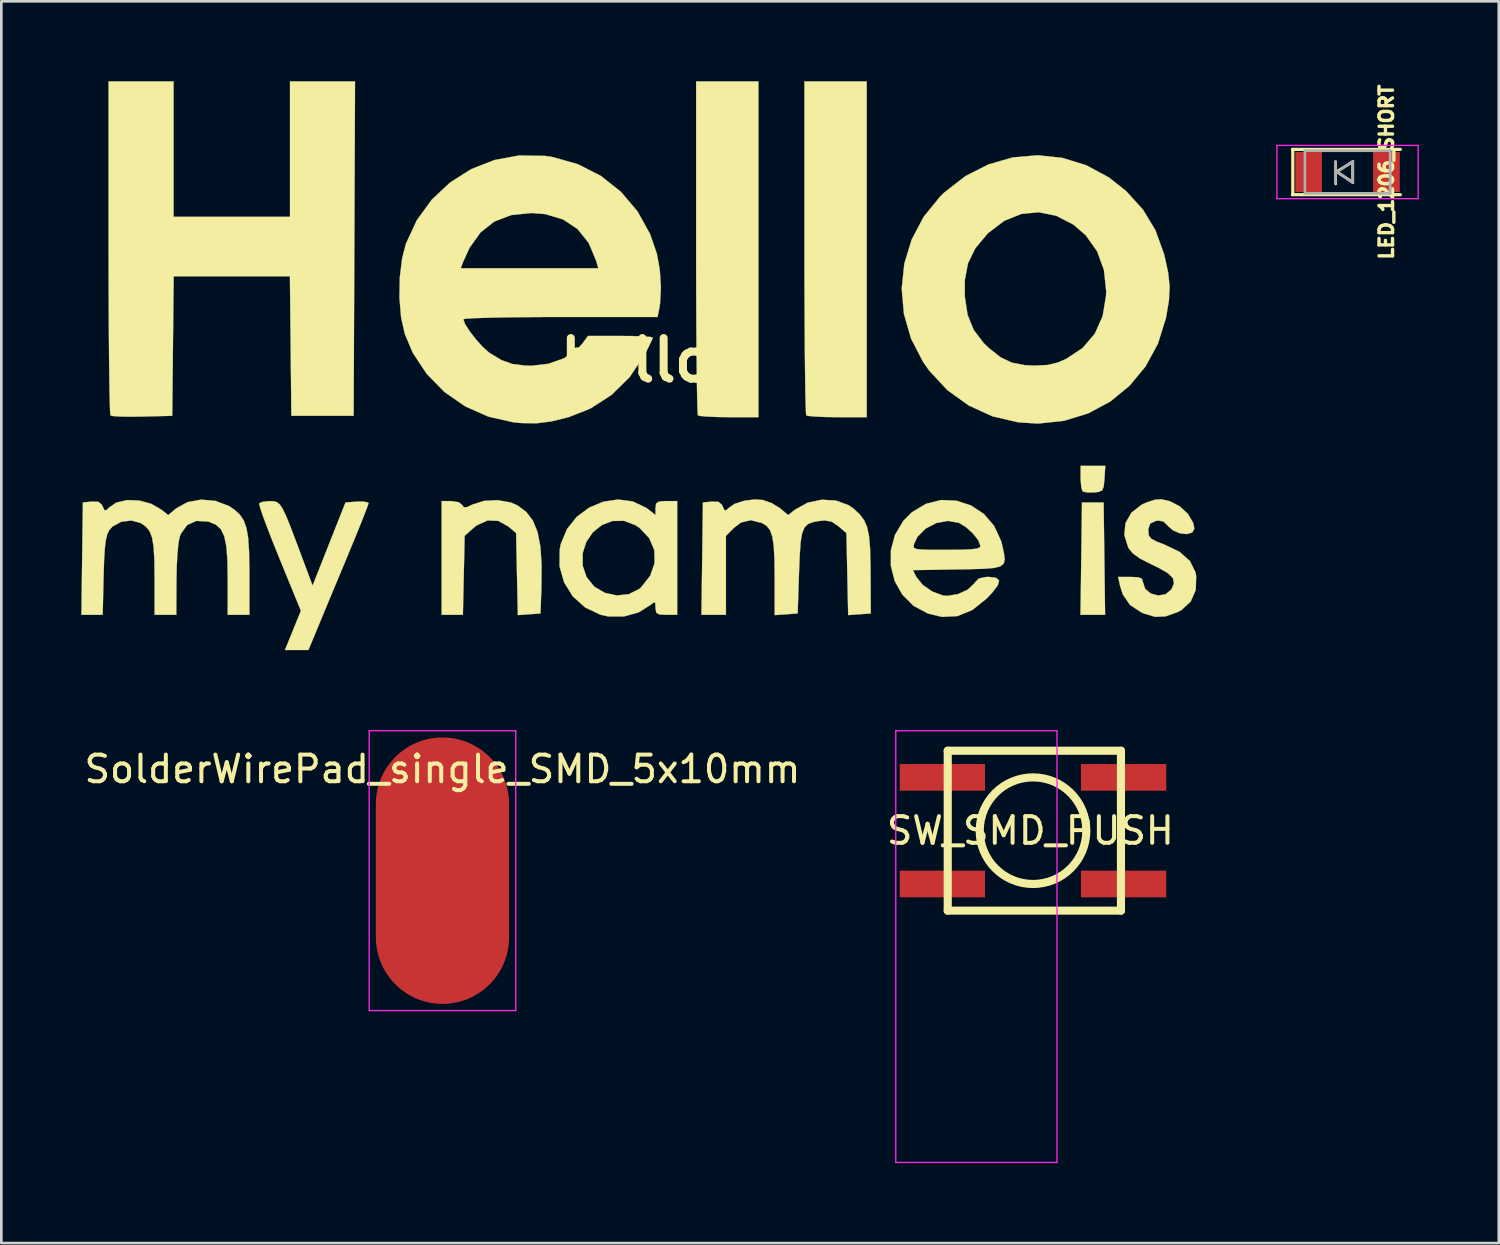
<source format=kicad_pcb>
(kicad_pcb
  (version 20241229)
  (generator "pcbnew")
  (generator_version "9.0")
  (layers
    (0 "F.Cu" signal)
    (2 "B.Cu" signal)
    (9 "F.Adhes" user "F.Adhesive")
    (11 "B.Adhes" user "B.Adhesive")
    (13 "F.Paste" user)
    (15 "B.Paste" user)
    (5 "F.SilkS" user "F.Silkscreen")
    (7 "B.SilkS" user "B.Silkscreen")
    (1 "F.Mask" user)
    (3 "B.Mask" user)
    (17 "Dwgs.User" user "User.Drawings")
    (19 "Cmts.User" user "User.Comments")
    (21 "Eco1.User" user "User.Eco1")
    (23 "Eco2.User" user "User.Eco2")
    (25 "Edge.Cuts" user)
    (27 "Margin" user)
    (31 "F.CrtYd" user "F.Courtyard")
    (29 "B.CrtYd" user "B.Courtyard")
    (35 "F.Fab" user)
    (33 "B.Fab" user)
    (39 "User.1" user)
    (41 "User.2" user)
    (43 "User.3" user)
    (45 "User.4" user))
  (footprint "SolderWirePad_single_SMD_5x10mm"
    (layer "F.Cu")
    (at 13.554 29.621)
    (property "Reference" "SolderWirePad_single_SMD_5x10mm" (at 0 -3.81 0) (layer "F.SilkS") (effects (font (size 1 1) (thickness 0.15))))
    (attr smd)
    (fp_line (start -2.75 -5.25) (end -2.75 5.25) (stroke (width 0.05) (type solid)) (layer "F.CrtYd"))
    (fp_line (start -2.75 5.25) (end 2.75 5.25) (stroke (width 0.05) (type solid)) (layer "F.CrtYd"))
    (fp_line (start 2.75 -5.25) (end -2.75 -5.25) (stroke (width 0.05) (type solid)) (layer "F.CrtYd"))
    (fp_line (start 2.75 5.25) (end 2.75 -5.25) (stroke (width 0.05) (type solid)) (layer "F.CrtYd"))
    (pad "1" smd oval (at 0 0) (size 5 10) (layers "F.Cu" "F.Mask" "F.Paste")))
  (footprint "LED_1206_SHORT"
    (layer "F.Cu")
    (at 47.516 3.405)
    (property "Reference" "LED_1206_SHORT" (at 1.46 0 90) (layer "F.SilkS") (effects (font (size 0.508 0.508) (thickness 0.127))))
    (attr smd)
    (fp_line (start -2.069 -0.85) (end 1.981 -0.85) (stroke (width 0.12) (type solid)) (layer "F.SilkS"))
    (fp_line (start -2.069 0.85) (end 1.981 0.85) (stroke (width 0.12) (type solid)) (layer "F.SilkS"))
    (fp_line (start -2.055 -0.85) (end -2.055 0.85) (stroke (width 0.12) (type solid)) (layer "F.SilkS"))
    (fp_line (start -0.445 -0.381) (end -0.445 0.445) (stroke (width 0.1) (type solid)) (layer "F.SilkS"))
    (fp_line (start -0.445 0) (end 0.191 -0.381) (stroke (width 0.1) (type solid)) (layer "F.SilkS"))
    (fp_line (start 0.191 -0.381) (end 0.191 0.381) (stroke (width 0.1) (type solid)) (layer "F.SilkS"))
    (fp_line (start 0.191 0.381) (end -0.381 0) (stroke (width 0.1) (type solid)) (layer "F.SilkS"))
    (fp_line (start -2.65 -1) (end 2.65 -1) (stroke (width 0.05) (type solid)) (layer "F.CrtYd"))
    (fp_line (start -2.65 1) (end -2.65 -1) (stroke (width 0.05) (type solid)) (layer "F.CrtYd"))
    (fp_line (start 2.65 -1) (end 2.65 1) (stroke (width 0.05) (type solid)) (layer "F.CrtYd"))
    (fp_line (start 2.65 1) (end -2.65 1) (stroke (width 0.05) (type solid)) (layer "F.CrtYd"))
    (fp_line (start -1.6 -0.8) (end 1.6 -0.8) (stroke (width 0.1) (type solid)) (layer "F.Fab"))
    (fp_line (start -1.6 0.8) (end -1.6 -0.8) (stroke (width 0.1) (type solid)) (layer "F.Fab"))
    (fp_line (start -0.45 -0.4) (end -0.45 0.4) (stroke (width 0.1) (type solid)) (layer "F.Fab"))
    (fp_line (start -0.4 0) (end 0.2 -0.4) (stroke (width 0.1) (type solid)) (layer "F.Fab"))
    (fp_line (start 0.2 -0.4) (end 0.2 0.4) (stroke (width 0.1) (type solid)) (layer "F.Fab"))
    (fp_line (start 0.2 0.4) (end -0.4 0) (stroke (width 0.1) (type solid)) (layer "F.Fab"))
    (fp_line (start 1.6 -0.8) (end 1.6 0.8) (stroke (width 0.1) (type solid)) (layer "F.Fab"))
    (fp_line (start 1.6 0.8) (end -1.6 0.8) (stroke (width 0.1) (type solid)) (layer "F.Fab"))
    (pad "1" smd rect (at -1.46 0 180) (size 1 1.5) (layers "F.Cu" "F.Mask" "F.Paste"))
    (pad "2" smd rect (at 1.46 0 180) (size 1 1.5) (layers "F.Cu" "F.Mask" "F.Paste")))
  (footprint "hello"
    (layer "F.Cu")
    (at 20.837 10.47)
    (property "Reference" "hello" (at 0 0 0) (layer "F.SilkS") (effects (font (size 1.524 1.524) (thickness 0.3))))
    (attr through_hole)
    (fp_poly (pts (xy 17.581 9.55) (xy 16.658 9.55) (xy 16.686 7.442) (xy 16.713 5.334) (xy 17.526 5.334) (xy 17.581 9.55)) (stroke (width 0.01) (type solid)) (fill yes) (layer "F.SilkS"))
    (fp_poly (pts (xy 17.557 4.445) (xy 17.53 4.737) (xy 17.469 4.883) (xy 17.331 4.94) (xy 17.167 4.958) (xy 16.908 4.959) (xy 16.745 4.923) (xy 16.735 4.916) (xy 16.69 4.777) (xy 16.665 4.516) (xy 16.662 4.403) (xy 16.662 3.962) (xy 17.588 3.962) (xy 17.557 4.445)) (stroke (width 0.01) (type solid)) (fill yes) (layer "F.SilkS"))
    (fp_poly (pts (xy 4.572 2.134) (xy 3.471 2.134) (xy 3.017 2.128) (xy 2.641 2.112) (xy 2.387 2.088) (xy 2.303 2.066) (xy 2.291 1.955) (xy 2.28 1.658) (xy 2.269 1.194) (xy 2.26 0.579) (xy 2.252 -0.169) (xy 2.245 -1.031) (xy 2.24 -1.991) (xy 2.236 -3.031) (xy 2.235 -4.133) (xy 2.235 -4.233) (xy 2.235 -10.465) (xy 4.572 -10.465) (xy 4.572 2.134)) (stroke (width 0.01) (type solid)) (fill yes) (layer "F.SilkS"))
    (fp_poly (pts (xy 8.636 2.134) (xy 7.535 2.134) (xy 7.081 2.128) (xy 6.705 2.112) (xy 6.451 2.088) (xy 6.367 2.066) (xy 6.355 1.955) (xy 6.344 1.658) (xy 6.333 1.194) (xy 6.324 0.579) (xy 6.316 -0.169) (xy 6.309 -1.031) (xy 6.304 -1.991) (xy 6.3 -3.031) (xy 6.299 -4.133) (xy 6.299 -4.233) (xy 6.299 -10.465) (xy 8.636 -10.465) (xy 8.636 2.134)) (stroke (width 0.01) (type solid)) (fill yes) (layer "F.SilkS"))
    (fp_poly (pts (xy -17.374 -5.385) (xy -13.005 -5.385) (xy -13.005 -10.465) (xy -10.565 -10.465) (xy -10.591 -4.191) (xy -10.617 2.083) (xy -12.954 2.083) (xy -12.981 -0.533) (xy -13.008 -3.15) (xy -17.37 -3.15) (xy -17.424 2.083) (xy -18.547 2.111) (xy -19.006 2.117) (xy -19.388 2.11) (xy -19.649 2.092) (xy -19.741 2.069) (xy -19.754 1.957) (xy -19.766 1.66) (xy -19.777 1.195) (xy -19.786 0.58) (xy -19.795 -0.168) (xy -19.802 -1.031) (xy -19.807 -1.991) (xy -19.811 -3.032) (xy -19.812 -4.134) (xy -19.812 -4.233) (xy -19.812 -10.465) (xy -17.374 -10.465) (xy -17.374 -5.385)) (stroke (width 0.01) (type solid)) (fill yes) (layer "F.SilkS"))
    (fp_poly (pts (xy -4.723 5.334) (xy -4.467 5.445) (xy -4.138 5.692) (xy -3.89 6.017) (xy -3.716 6.442) (xy -3.609 6.992) (xy -3.563 7.69) (xy -3.572 8.561) (xy -3.574 8.636) (xy -3.607 9.5) (xy -4.031 9.53) (xy -4.456 9.561) (xy -4.521 6.484) (xy -4.806 6.239) (xy -5.188 6.026) (xy -5.592 6.01) (xy -5.994 6.19) (xy -6.12 6.291) (xy -6.452 6.587) (xy -6.484 8.069) (xy -6.517 9.55) (xy -7.315 9.55) (xy -7.315 5.283) (xy -6.956 5.283) (xy -6.672 5.326) (xy -6.54 5.433) (xy -6.477 5.521) (xy -6.353 5.506) (xy -6.162 5.414) (xy -5.723 5.275) (xy -5.213 5.249) (xy -4.723 5.334)) (stroke (width 0.01) (type solid)) (fill yes) (layer "F.SilkS"))
    (fp_poly (pts (xy -13.617 5.289) (xy -13.499 5.321) (xy -13.392 5.406) (xy -13.283 5.568) (xy -13.156 5.831) (xy -12.996 6.222) (xy -12.79 6.764) (xy -12.646 7.149) (xy -12.157 8.455) (xy -11.54 6.895) (xy -10.922 5.334) (xy -10.49 5.303) (xy -10.227 5.303) (xy -10.074 5.339) (xy -10.058 5.363) (xy -10.096 5.48) (xy -10.201 5.755) (xy -10.361 6.159) (xy -10.565 6.661) (xy -10.801 7.233) (xy -10.86 7.375) (xy -11.128 8.019) (xy -11.394 8.657) (xy -11.638 9.243) (xy -11.841 9.732) (xy -11.985 10.08) (xy -11.987 10.084) (xy -12.313 10.871) (xy -13.194 10.871) (xy -12.596 9.398) (xy -13.405 7.424) (xy -13.643 6.833) (xy -13.849 6.304) (xy -14.012 5.867) (xy -14.12 5.551) (xy -14.163 5.384) (xy -14.162 5.367) (xy -14.035 5.31) (xy -13.794 5.284) (xy -13.763 5.283) (xy -13.617 5.289)) (stroke (width 0.01) (type solid)) (fill yes) (layer "F.SilkS"))
    (fp_poly (pts (xy -0.143 5.296) (xy 0.362 5.535) (xy 0.444 5.596) (xy 0.711 5.806) (xy 0.711 5.545) (xy 0.732 5.376) (xy 0.834 5.302) (xy 1.073 5.283) (xy 1.118 5.283) (xy 1.524 5.283) (xy 1.524 9.55) (xy 1.118 9.55) (xy 0.856 9.537) (xy 0.74 9.472) (xy 0.712 9.317) (xy 0.711 9.281) (xy 0.699 9.097) (xy 0.632 9.09) (xy 0.53 9.175) (xy 0.074 9.461) (xy -0.477 9.611) (xy -1.056 9.613) (xy -1.345 9.551) (xy -1.928 9.276) (xy -2.393 8.859) (xy -2.72 8.333) (xy -2.89 7.732) (xy -2.885 7.244) (xy -2.024 7.244) (xy -2.02 7.709) (xy -1.875 8.138) (xy -1.588 8.493) (xy -1.193 8.725) (xy -0.744 8.823) (xy -0.293 8.777) (xy 0.104 8.577) (xy 0.165 8.524) (xy 0.512 8.083) (xy 0.677 7.605) (xy 0.664 7.123) (xy 0.475 6.673) (xy 0.113 6.291) (xy -0.031 6.193) (xy -0.472 6.023) (xy -0.905 6.029) (xy -1.302 6.181) (xy -1.639 6.453) (xy -1.888 6.816) (xy -2.024 7.244) (xy -2.885 7.244) (xy -2.883 7.091) (xy -2.842 6.888) (xy -2.611 6.333) (xy -2.245 5.874) (xy -1.78 5.528) (xy -1.25 5.306) (xy -0.693 5.224) (xy -0.143 5.296)) (stroke (width 0.01) (type solid)) (fill yes) (layer "F.SilkS"))
    (fp_poly (pts (xy 4.733 5.241) (xy 5.065 5.357) (xy 5.377 5.546) (xy 5.391 5.558) (xy 5.688 5.808) (xy 5.956 5.597) (xy 6.419 5.344) (xy 6.947 5.232) (xy 7.479 5.262) (xy 7.957 5.436) (xy 8.141 5.564) (xy 8.368 5.775) (xy 8.534 5.992) (xy 8.649 6.252) (xy 8.721 6.59) (xy 8.761 7.044) (xy 8.778 7.648) (xy 8.781 7.976) (xy 8.788 9.5) (xy 8.364 9.53) (xy 7.94 9.561) (xy 7.874 6.484) (xy 7.576 6.228) (xy 7.323 6.056) (xy 7.063 6.01) (xy 6.876 6.026) (xy 6.62 6.071) (xy 6.431 6.145) (xy 6.298 6.278) (xy 6.21 6.498) (xy 6.155 6.836) (xy 6.121 7.319) (xy 6.096 7.953) (xy 6.045 9.5) (xy 5.613 9.531) (xy 5.182 9.562) (xy 5.182 8.139) (xy 5.174 7.467) (xy 5.147 6.969) (xy 5.093 6.614) (xy 5.006 6.371) (xy 4.878 6.211) (xy 4.708 6.107) (xy 4.29 6) (xy 3.918 6.087) (xy 3.65 6.291) (xy 3.353 6.588) (xy 3.353 9.55) (xy 2.434 9.55) (xy 2.462 7.442) (xy 2.489 5.334) (xy 2.82 5.302) (xy 3.071 5.31) (xy 3.201 5.419) (xy 3.232 5.489) (xy 3.307 5.637) (xy 3.393 5.607) (xy 3.446 5.547) (xy 3.682 5.385) (xy 4.04 5.27) (xy 4.439 5.22) (xy 4.733 5.241)) (stroke (width 0.01) (type solid)) (fill yes) (layer "F.SilkS"))
    (fp_poly (pts (xy 19.978 5.28) (xy 20.032 5.297) (xy 20.388 5.483) (xy 20.69 5.768) (xy 20.884 6.093) (xy 20.93 6.314) (xy 20.85 6.463) (xy 20.651 6.521) (xy 20.392 6.493) (xy 20.134 6.384) (xy 19.96 6.233) (xy 19.769 6.048) (xy 19.571 6.013) (xy 19.474 6.032) (xy 19.272 6.128) (xy 19.205 6.322) (xy 19.202 6.397) (xy 19.22 6.568) (xy 19.304 6.688) (xy 19.498 6.795) (xy 19.803 6.914) (xy 20.378 7.19) (xy 20.766 7.535) (xy 20.972 7.953) (xy 20.999 8.095) (xy 20.983 8.616) (xy 20.793 9.051) (xy 20.443 9.374) (xy 20.298 9.45) (xy 19.852 9.609) (xy 19.465 9.627) (xy 19.049 9.507) (xy 18.944 9.461) (xy 18.517 9.181) (xy 18.245 8.787) (xy 18.141 8.457) (xy 18.069 8.128) (xy 18.534 8.128) (xy 18.825 8.142) (xy 18.964 8.198) (xy 18.999 8.315) (xy 18.999 8.315) (xy 19.084 8.577) (xy 19.297 8.753) (xy 19.574 8.825) (xy 19.853 8.778) (xy 20.066 8.6) (xy 20.165 8.376) (xy 20.13 8.181) (xy 19.943 7.991) (xy 19.586 7.784) (xy 19.348 7.671) (xy 18.904 7.447) (xy 18.619 7.244) (xy 18.453 7.034) (xy 18.448 7.025) (xy 18.302 6.553) (xy 18.347 6.107) (xy 18.569 5.717) (xy 18.954 5.417) (xy 19.137 5.334) (xy 19.451 5.231) (xy 19.694 5.215) (xy 19.978 5.28)) (stroke (width 0.01) (type solid)) (fill yes) (layer "F.SilkS"))
    (fp_poly (pts (xy -15.799 5.277) (xy -15.296 5.467) (xy -15.089 5.605) (xy -14.889 5.79) (xy -14.742 6.007) (xy -14.64 6.288) (xy -14.575 6.666) (xy -14.541 7.174) (xy -14.529 7.844) (xy -14.529 8.023) (xy -14.529 9.55) (xy -15.342 9.55) (xy -15.342 8.204) (xy -15.353 7.502) (xy -15.394 6.974) (xy -15.475 6.594) (xy -15.603 6.333) (xy -15.79 6.165) (xy -16.044 6.062) (xy -16.088 6.05) (xy -16.52 6.026) (xy -16.863 6.182) (xy -17.101 6.51) (xy -17.139 6.607) (xy -17.188 6.849) (xy -17.228 7.242) (xy -17.255 7.735) (xy -17.266 8.255) (xy -17.272 9.55) (xy -18.085 9.55) (xy -18.086 8.153) (xy -18.094 7.496) (xy -18.123 7.008) (xy -18.179 6.659) (xy -18.272 6.414) (xy -18.41 6.242) (xy -18.6 6.11) (xy -18.956 6.011) (xy -19.337 6.059) (xy -19.664 6.236) (xy -19.787 6.375) (xy -19.862 6.527) (xy -19.916 6.744) (xy -19.954 7.059) (xy -19.981 7.51) (xy -19.999 8.098) (xy -20.034 9.55) (xy -20.832 9.55) (xy -20.805 7.442) (xy -20.777 5.334) (xy -20.446 5.302) (xy -20.196 5.31) (xy -20.065 5.419) (xy -20.034 5.489) (xy -19.959 5.637) (xy -19.873 5.607) (xy -19.82 5.547) (xy -19.527 5.341) (xy -19.123 5.246) (xy -18.666 5.262) (xy -18.211 5.385) (xy -17.843 5.597) (xy -17.575 5.808) (xy -17.28 5.56) (xy -16.85 5.322) (xy -16.336 5.228) (xy -15.799 5.277)) (stroke (width 0.01) (type solid)) (fill yes) (layer "F.SilkS"))
    (fp_poly (pts (xy 12.001 5.267) (xy 12.547 5.445) (xy 13.031 5.765) (xy 13.419 6.216) (xy 13.68 6.784) (xy 13.72 6.937) (xy 13.787 7.247) (xy 13.814 7.474) (xy 13.775 7.631) (xy 13.647 7.734) (xy 13.405 7.793) (xy 13.024 7.824) (xy 12.48 7.839) (xy 12.047 7.846) (xy 10.37 7.874) (xy 10.495 8.125) (xy 10.74 8.431) (xy 11.103 8.681) (xy 11.498 8.824) (xy 11.653 8.839) (xy 12.058 8.775) (xy 12.424 8.606) (xy 12.677 8.37) (xy 12.701 8.33) (xy 12.847 8.185) (xy 13.114 8.13) (xy 13.212 8.128) (xy 13.49 8.16) (xy 13.604 8.263) (xy 13.553 8.449) (xy 13.335 8.731) (xy 13.132 8.944) (xy 12.597 9.371) (xy 12.042 9.598) (xy 11.457 9.628) (xy 10.936 9.503) (xy 10.389 9.211) (xy 9.97 8.792) (xy 9.686 8.282) (xy 9.542 7.715) (xy 9.543 7.128) (xy 9.583 6.978) (xy 10.394 6.978) (xy 10.414 7.042) (xy 10.508 7.081) (xy 10.707 7.102) (xy 11.041 7.111) (xy 11.544 7.112) (xy 11.626 7.112) (xy 12.171 7.108) (xy 12.541 7.094) (xy 12.767 7.066) (xy 12.878 7.021) (xy 12.903 6.967) (xy 12.825 6.758) (xy 12.628 6.504) (xy 12.368 6.265) (xy 12.1 6.1) (xy 12.094 6.098) (xy 11.682 6.026) (xy 11.246 6.107) (xy 10.846 6.315) (xy 10.542 6.62) (xy 10.415 6.883) (xy 10.394 6.978) (xy 9.583 6.978) (xy 9.695 6.554) (xy 10.005 6.03) (xy 10.325 5.706) (xy 10.857 5.385) (xy 11.426 5.243) (xy 12.001 5.267)) (stroke (width 0.01) (type solid)) (fill yes) (layer "F.SilkS"))
    (fp_poly (pts (xy 15.975 -7.596) (xy 16.875 -7.319) (xy 17.724 -6.862) (xy 18.364 -6.356) (xy 19.003 -5.653) (xy 19.47 -4.881) (xy 19.791 -3.991) (xy 19.81 -3.919) (xy 19.947 -3.295) (xy 20.002 -2.765) (xy 19.976 -2.238) (xy 19.871 -1.623) (xy 19.861 -1.577) (xy 19.562 -0.621) (xy 19.101 0.228) (xy 18.499 0.955) (xy 17.776 1.547) (xy 16.95 1.99) (xy 16.042 2.27) (xy 15.071 2.374) (xy 14.326 2.329) (xy 13.357 2.103) (xy 12.462 1.695) (xy 11.663 1.12) (xy 10.984 0.392) (xy 10.75 0.059) (xy 10.297 -0.819) (xy 10.031 -1.744) (xy 9.949 -2.688) (xy 9.982 -3.005) (xy 12.315 -3.005) (xy 12.316 -2.4) (xy 12.42 -1.709) (xy 12.648 -1.143) (xy 13.025 -0.646) (xy 13.211 -0.466) (xy 13.655 -0.116) (xy 14.084 0.09) (xy 14.578 0.184) (xy 14.941 0.199) (xy 15.422 0.175) (xy 15.817 0.079) (xy 16.132 -0.059) (xy 16.743 -0.467) (xy 17.197 -1.003) (xy 17.489 -1.657) (xy 17.616 -2.423) (xy 17.621 -2.591) (xy 17.539 -3.383) (xy 17.282 -4.088) (xy 16.859 -4.687) (xy 16.389 -5.094) (xy 15.749 -5.423) (xy 15.092 -5.555) (xy 14.436 -5.492) (xy 13.802 -5.236) (xy 13.21 -4.79) (xy 13.159 -4.74) (xy 12.713 -4.205) (xy 12.437 -3.643) (xy 12.315 -3.005) (xy 9.982 -3.005) (xy 10.047 -3.626) (xy 10.323 -4.533) (xy 10.772 -5.382) (xy 11.392 -6.147) (xy 11.544 -6.295) (xy 12.341 -6.913) (xy 13.207 -7.352) (xy 14.117 -7.613) (xy 15.048 -7.694) (xy 15.975 -7.596)) (stroke (width 0.01) (type solid)) (fill yes) (layer "F.SilkS"))
    (fp_poly (pts (xy -3.448 -7.671) (xy -3.154 -7.628) (xy -2.199 -7.358) (xy -1.337 -6.917) (xy -0.585 -6.32) (xy 0.036 -5.587) (xy 0.509 -4.733) (xy 0.763 -3.994) (xy 0.871 -3.394) (xy 0.912 -2.741) (xy 0.882 -2.137) (xy 0.851 -1.943) (xy 0.787 -1.626) (xy -2.857 -1.626) (xy -3.695 -1.623) (xy -4.465 -1.617) (xy -5.145 -1.607) (xy -5.711 -1.594) (xy -6.141 -1.578) (xy -6.412 -1.56) (xy -6.502 -1.541) (xy -6.436 -1.36) (xy -6.265 -1.092) (xy -6.031 -0.789) (xy -5.776 -0.505) (xy -5.541 -0.294) (xy -5.511 -0.273) (xy -5.073 -0.009) (xy -4.661 0.138) (xy -4.182 0.198) (xy -3.925 0.203) (xy -3.305 0.13) (xy -2.732 -0.072) (xy -2.261 -0.38) (xy -2.049 -0.609) (xy -1.823 -0.914) (xy -0.607 -0.914) (xy -0.137 -0.91) (xy 0.249 -0.896) (xy 0.511 -0.877) (xy 0.61 -0.853) (xy 0.61 -0.852) (xy 0.565 -0.738) (xy 0.449 -0.497) (xy 0.285 -0.182) (xy 0.284 -0.18) (xy -0.255 0.624) (xy -0.934 1.294) (xy -1.73 1.809) (xy -2.54 2.13) (xy -3.191 2.292) (xy -3.756 2.364) (xy -4.327 2.355) (xy -4.623 2.326) (xy -5.56 2.115) (xy -6.432 1.728) (xy -7.213 1.186) (xy -7.876 0.509) (xy -8.398 -0.281) (xy -8.697 -0.988) (xy -8.836 -1.607) (xy -8.898 -2.337) (xy -8.885 -3.102) (xy -8.842 -3.454) (xy -6.599 -3.454) (xy -1.437 -3.454) (xy -1.518 -3.74) (xy -1.8 -4.409) (xy -2.216 -4.926) (xy -2.758 -5.286) (xy -3.423 -5.485) (xy -3.962 -5.527) (xy -4.709 -5.448) (xy -5.338 -5.207) (xy -5.855 -4.799) (xy -6.27 -4.218) (xy -6.502 -3.709) (xy -6.599 -3.454) (xy -8.842 -3.454) (xy -8.798 -3.824) (xy -8.658 -4.369) (xy -8.245 -5.259) (xy -7.682 -6.032) (xy -6.994 -6.675) (xy -6.203 -7.175) (xy -5.333 -7.516) (xy -4.407 -7.686) (xy -3.448 -7.671)) (stroke (width 0.01) (type solid)) (fill yes) (layer "F.SilkS")))
  (footprint "SW_SMD_PUSH"
    (layer "F.Cu")
    (at 32.313 26.121)
    (property "Reference" "SW_SMD_PUSH" (at 3.3 2 0) (layer "F.SilkS") (effects (font (size 1 1) (thickness 0.15))))
    (attr through_hole)
    (fp_line (start 0.2 -1) (end 0.2 5) (stroke (width 0.305) (type solid)) (layer "F.SilkS"))
    (fp_line (start 0.2 -1) (end 6.7 -1) (stroke (width 0.305) (type solid)) (layer "F.SilkS"))
    (fp_line (start 0.2 5) (end 6.7 5) (stroke (width 0.305) (type solid)) (layer "F.SilkS"))
    (fp_line (start 6.7 5) (end 6.7 -1) (stroke (width 0.305) (type solid)) (layer "F.SilkS"))
    (fp_circle (center 3.4 2) (end 3.4 0) (stroke (width 0.305) (type solid)) (fill no) (layer "F.SilkS"))
    (fp_line (start -1.75 -1.75) (end -1.75 14.45) (stroke (width 0.05) (type solid)) (layer "F.CrtYd"))
    (fp_line (start -1.75 -1.75) (end 4.3 -1.75) (stroke (width 0.05) (type solid)) (layer "F.CrtYd"))
    (fp_line (start -1.75 14.45) (end 4.3 14.45) (stroke (width 0.05) (type solid)) (layer "F.CrtYd"))
    (fp_line (start 4.3 -1.75) (end 4.3 14.45) (stroke (width 0.05) (type solid)) (layer "F.CrtYd"))
    (pad "1" smd rect (at 0 0) (size 3.2 1) (layers "F.Cu" "F.Mask" "F.Paste"))
    (pad "1" smd rect (at 6.8 0) (size 3.2 1) (layers "F.Cu" "F.Mask" "F.Paste"))
    (pad "2" smd rect (at 0 4) (size 3.2 1) (layers "F.Cu" "F.Mask" "F.Paste"))
    (pad "2" smd rect (at 6.8 4) (size 3.2 1) (layers "F.Cu" "F.Mask" "F.Paste")))
  (gr_rect
    (start -3 -3)
    (end 53.191 43.596)
    (stroke (width 0.1) (type default))
    (fill no)
    (layer "Edge.Cuts")))
</source>
